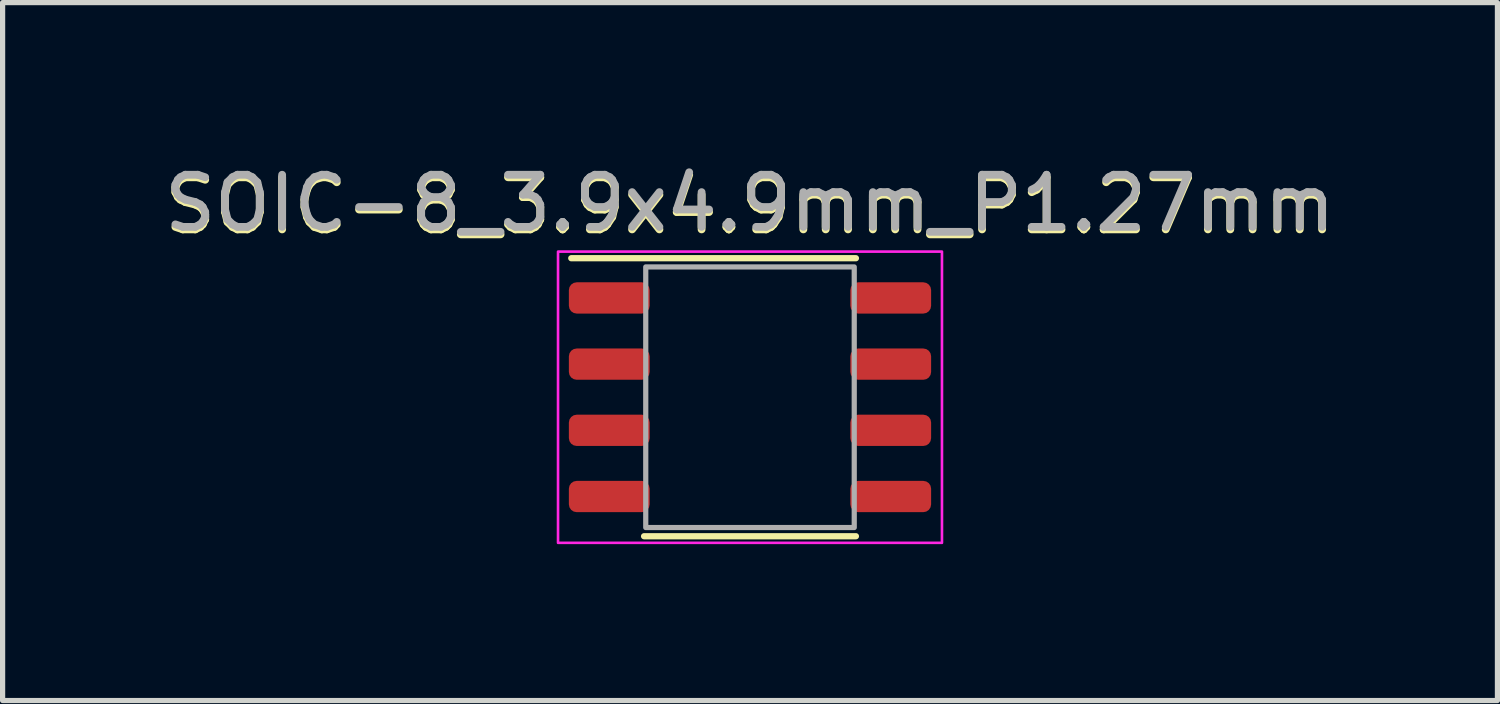
<source format=kicad_pcb>
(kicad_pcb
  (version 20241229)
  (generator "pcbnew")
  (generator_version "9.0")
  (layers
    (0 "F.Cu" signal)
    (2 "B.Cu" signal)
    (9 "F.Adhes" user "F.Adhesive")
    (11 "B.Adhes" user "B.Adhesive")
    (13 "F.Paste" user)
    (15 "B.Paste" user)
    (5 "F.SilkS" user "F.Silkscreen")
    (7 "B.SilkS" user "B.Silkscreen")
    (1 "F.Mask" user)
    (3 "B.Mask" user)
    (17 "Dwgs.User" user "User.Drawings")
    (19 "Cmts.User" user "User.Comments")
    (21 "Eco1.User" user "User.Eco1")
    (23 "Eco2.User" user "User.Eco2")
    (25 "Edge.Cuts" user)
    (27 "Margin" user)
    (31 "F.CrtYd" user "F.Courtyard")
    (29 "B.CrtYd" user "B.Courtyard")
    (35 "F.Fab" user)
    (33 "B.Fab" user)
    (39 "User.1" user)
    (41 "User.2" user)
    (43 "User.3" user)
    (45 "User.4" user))
  (footprint "SOIC-8_3.9x4.9mm_P1.27mm"
    (layer "F.Cu")
    (at 11.339 4.571)
    (property "Reference" "SOIC-8_3.9x4.9mm_P1.27mm" (at 0 -3.675 0) (unlocked yes) (layer "F.SilkS") (effects (font (size 1 1) (thickness 0.15))))
    (attr smd)
    (fp_line (start -3.429 -2.667) (end 2.032 -2.667) (stroke (width 0.12) (type default)) (layer "F.SilkS"))
    (fp_line (start -2.032 2.667) (end 2.032 2.667) (stroke (width 0.12) (type default)) (layer "F.SilkS"))
    (fp_rect (start -3.683 -2.794) (end 3.683 2.794) (stroke (width 0.05) (type default)) (fill no) (layer "F.CrtYd"))
    (fp_rect (start -2 -2.5) (end 2 2.5) (stroke (width 0.1) (type default)) (fill no) (layer "F.Fab"))
    (fp_text user "${REFERENCE}" (at 0 -3.723 0) (unlocked yes) (layer "F.Fab") (effects (font (size 1 1) (thickness 0.15))))
    (pad "1" smd roundrect (at -2.7 -1.905) (size 1.55 0.6) (layers "F.Cu" "F.Mask" "F.Paste") (roundrect_rratio 0.25))
    (pad "2" smd roundrect (at -2.7 -0.635) (size 1.55 0.6) (layers "F.Cu" "F.Mask" "F.Paste") (roundrect_rratio 0.25))
    (pad "3" smd roundrect (at -2.7 0.635) (size 1.55 0.6) (layers "F.Cu" "F.Mask" "F.Paste") (roundrect_rratio 0.25))
    (pad "4" smd roundrect (at -2.7 1.905) (size 1.55 0.6) (layers "F.Cu" "F.Mask" "F.Paste") (roundrect_rratio 0.25))
    (pad "5" smd roundrect (at 2.7 1.905) (size 1.55 0.6) (layers "F.Cu" "F.Mask" "F.Paste") (roundrect_rratio 0.25))
    (pad "6" smd roundrect (at 2.7 0.635) (size 1.55 0.6) (layers "F.Cu" "F.Mask" "F.Paste") (roundrect_rratio 0.25))
    (pad "7" smd roundrect (at 2.7 -0.635) (size 1.55 0.6) (layers "F.Cu" "F.Mask" "F.Paste") (roundrect_rratio 0.25))
    (pad "8" smd roundrect (at 2.7 -1.905) (size 1.55 0.6) (layers "F.Cu" "F.Mask" "F.Paste") (roundrect_rratio 0.25)))
  (gr_rect
    (start -3 -3)
    (end 25.679 10.39)
    (stroke (width 0.1) (type default))
    (fill no)
    (layer "Edge.Cuts")))
</source>
